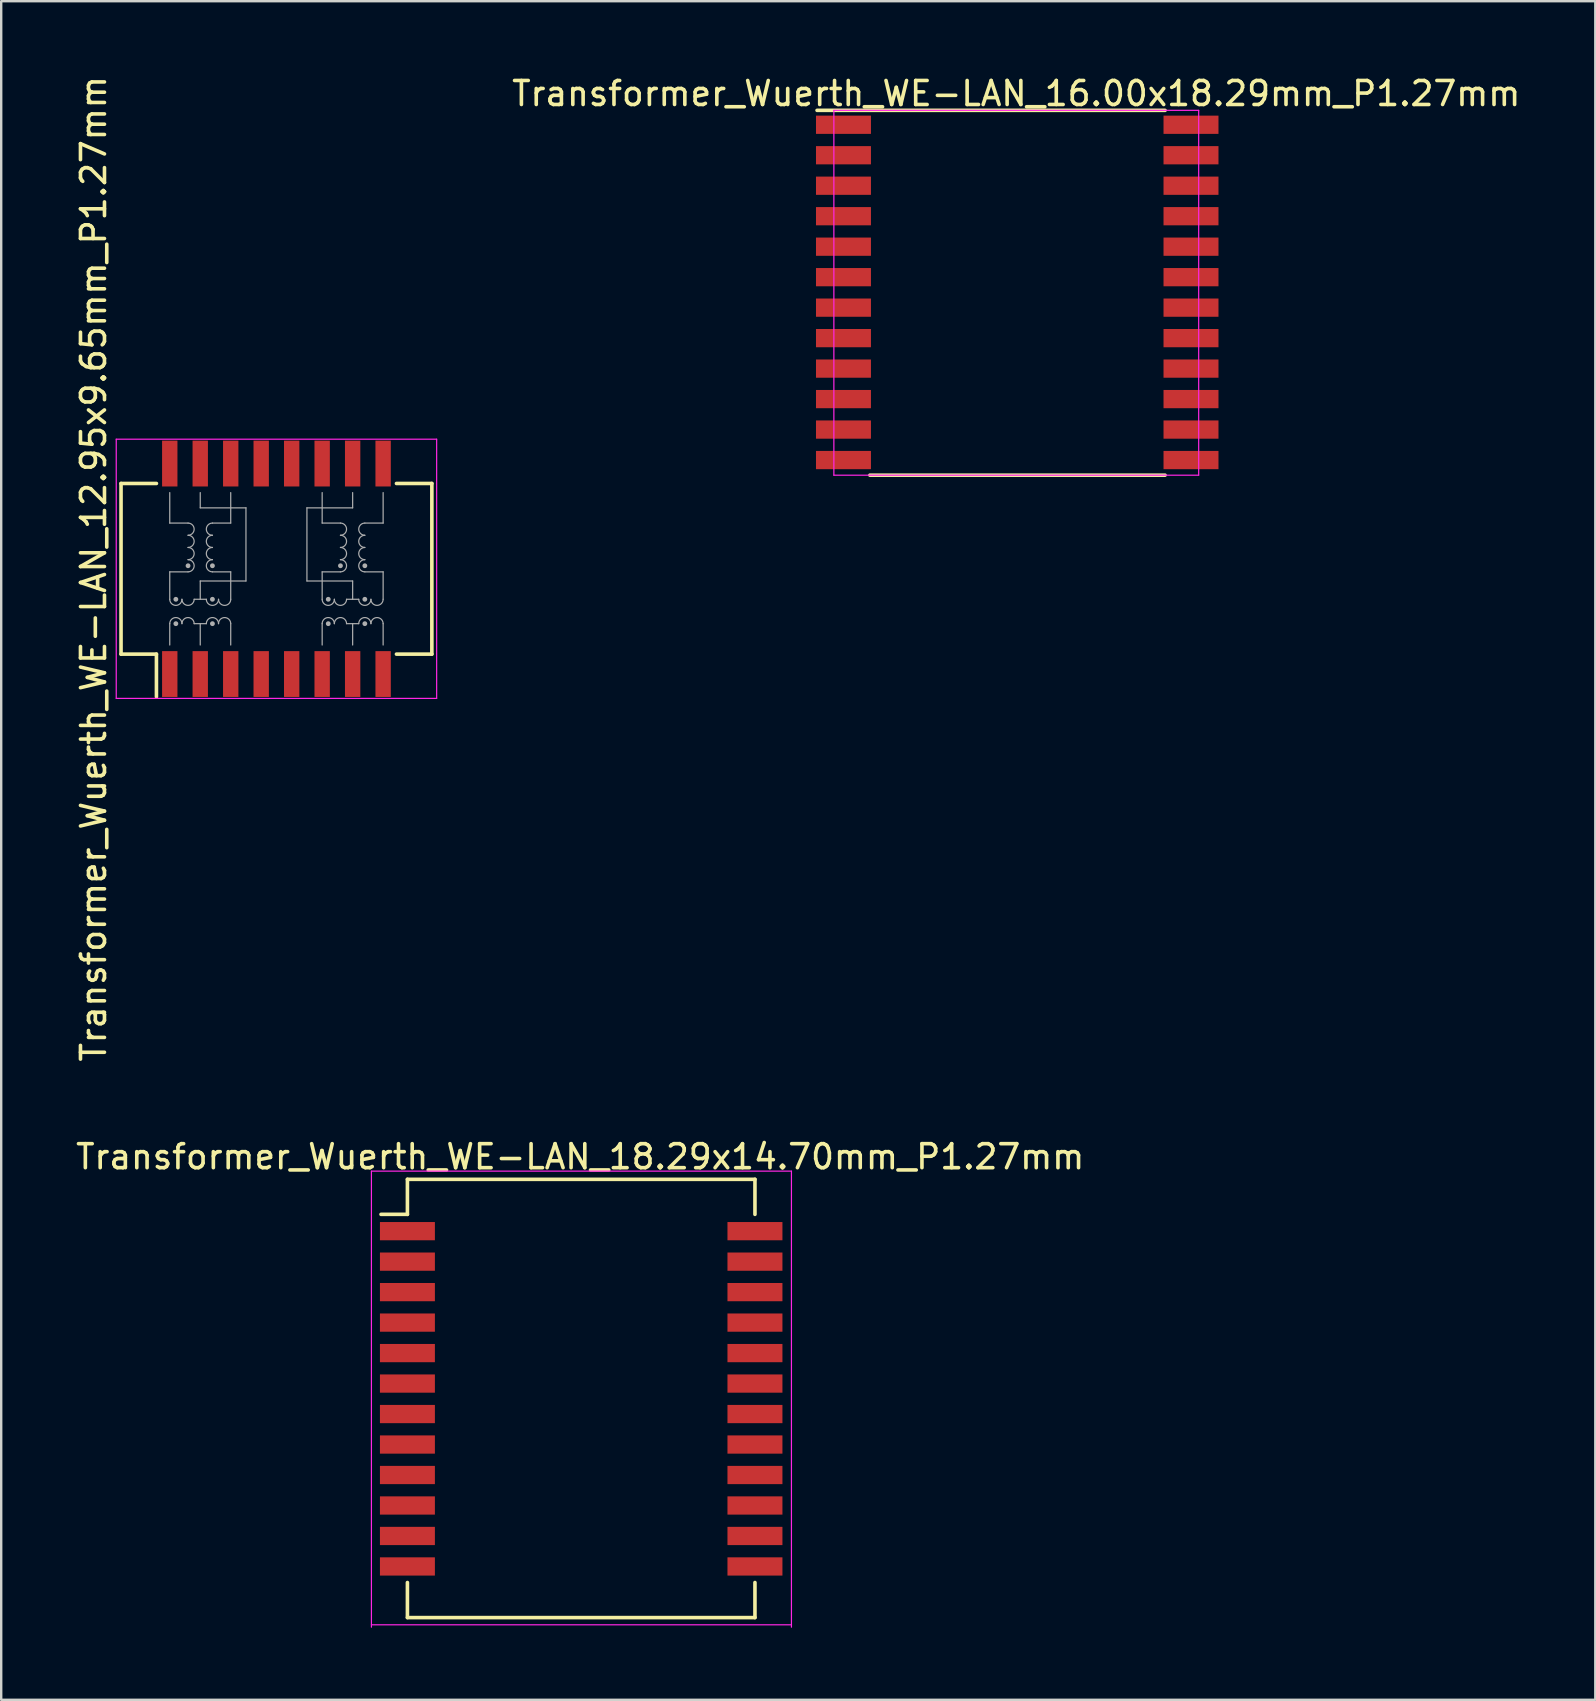
<source format=kicad_pcb>
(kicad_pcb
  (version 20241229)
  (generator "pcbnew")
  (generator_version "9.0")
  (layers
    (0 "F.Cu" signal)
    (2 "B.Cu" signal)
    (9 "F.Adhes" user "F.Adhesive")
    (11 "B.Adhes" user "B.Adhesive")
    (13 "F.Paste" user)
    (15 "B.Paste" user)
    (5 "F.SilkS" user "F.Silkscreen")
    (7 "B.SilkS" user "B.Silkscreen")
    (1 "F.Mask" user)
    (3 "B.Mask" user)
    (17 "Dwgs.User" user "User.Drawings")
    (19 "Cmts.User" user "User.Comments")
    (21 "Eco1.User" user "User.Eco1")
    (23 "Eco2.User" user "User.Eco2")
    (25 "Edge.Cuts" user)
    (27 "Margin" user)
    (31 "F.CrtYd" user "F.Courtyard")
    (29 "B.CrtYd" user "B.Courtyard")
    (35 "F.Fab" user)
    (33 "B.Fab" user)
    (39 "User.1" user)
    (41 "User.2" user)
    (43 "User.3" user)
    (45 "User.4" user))
  (footprint "Transformer_Wuerth_WE-LAN_16.00x18.29mm_P1.27mm"
    (layer "F.Cu")
    (at 32.093 2.148)
    (property "Reference" "Transformer_Wuerth_WE-LAN_16.00x18.29mm_P1.27mm" (at 7.2 -1.3 0) (layer "F.SilkS") (effects (font (size 1 1) (thickness 0.15))))
    (attr through_hole)
    (fp_line (start 13.4 -0.6) (end -1.1 -0.6) (stroke (width 0.15) (type solid)) (layer "F.SilkS"))
    (fp_line (start 13.4 14.6) (end 1.1 14.6) (stroke (width 0.15) (type solid)) (layer "F.SilkS"))
    (fp_line (start -0.4 -0.6) (end -0.4 14.6) (stroke (width 0.05) (type solid)) (layer "F.CrtYd"))
    (fp_line (start 14.8 -0.6) (end -0.4 -0.6) (stroke (width 0.05) (type solid)) (layer "F.CrtYd"))
    (fp_line (start 14.8 -0.6) (end 14.8 14.6) (stroke (width 0.05) (type solid)) (layer "F.CrtYd"))
    (fp_line (start 14.8 14.6) (end -0.4 14.6) (stroke (width 0.05) (type solid)) (layer "F.CrtYd"))
    (pad "1" smd rect (at 0 0 270) (size 0.76 2.29) (layers "F.Cu" "F.Mask" "F.Paste"))
    (pad "2" smd rect (at 0 1.27 270) (size 0.76 2.29) (layers "F.Cu" "F.Mask" "F.Paste"))
    (pad "3" smd rect (at 0 2.54 270) (size 0.76 2.29) (layers "F.Cu" "F.Mask" "F.Paste"))
    (pad "4" smd rect (at 0 3.81 270) (size 0.76 2.29) (layers "F.Cu" "F.Mask" "F.Paste"))
    (pad "5" smd rect (at 0 5.08 270) (size 0.76 2.29) (layers "F.Cu" "F.Mask" "F.Paste"))
    (pad "6" smd rect (at 0 6.35 270) (size 0.76 2.29) (layers "F.Cu" "F.Mask" "F.Paste"))
    (pad "7" smd rect (at 0 7.62 270) (size 0.76 2.29) (layers "F.Cu" "F.Mask" "F.Paste"))
    (pad "8" smd rect (at 0 8.89 270) (size 0.76 2.29) (layers "F.Cu" "F.Mask" "F.Paste"))
    (pad "9" smd rect (at 0 10.16 270) (size 0.76 2.29) (layers "F.Cu" "F.Mask" "F.Paste"))
    (pad "10" smd rect (at 0 11.43 270) (size 0.76 2.29) (layers "F.Cu" "F.Mask" "F.Paste"))
    (pad "11" smd rect (at 0 12.7 270) (size 0.76 2.29) (layers "F.Cu" "F.Mask" "F.Paste"))
    (pad "12" smd rect (at 0 13.97 270) (size 0.76 2.29) (layers "F.Cu" "F.Mask" "F.Paste"))
    (pad "13" smd rect (at 14.48 13.97 270) (size 0.76 2.29) (layers "F.Cu" "F.Mask" "F.Paste"))
    (pad "14" smd rect (at 14.48 12.7 270) (size 0.76 2.29) (layers "F.Cu" "F.Mask" "F.Paste"))
    (pad "15" smd rect (at 14.48 11.43 270) (size 0.76 2.29) (layers "F.Cu" "F.Mask" "F.Paste"))
    (pad "16" smd rect (at 14.48 10.16 270) (size 0.76 2.29) (layers "F.Cu" "F.Mask" "F.Paste"))
    (pad "17" smd rect (at 14.48 8.89 270) (size 0.76 2.29) (layers "F.Cu" "F.Mask" "F.Paste"))
    (pad "18" smd rect (at 14.48 7.62 270) (size 0.76 2.29) (layers "F.Cu" "F.Mask" "F.Paste"))
    (pad "19" smd rect (at 14.48 6.35 270) (size 0.76 2.29) (layers "F.Cu" "F.Mask" "F.Paste"))
    (pad "20" smd rect (at 14.48 5.08 270) (size 0.76 2.29) (layers "F.Cu" "F.Mask" "F.Paste"))
    (pad "21" smd rect (at 14.48 3.81 270) (size 0.76 2.29) (layers "F.Cu" "F.Mask" "F.Paste"))
    (pad "22" smd rect (at 14.48 2.54 270) (size 0.76 2.29) (layers "F.Cu" "F.Mask" "F.Paste"))
    (pad "23" smd rect (at 14.48 1.27 270) (size 0.76 2.29) (layers "F.Cu" "F.Mask" "F.Paste"))
    (pad "24" smd rect (at 14.48 0 270) (size 0.76 2.29) (layers "F.Cu" "F.Mask" "F.Paste")))
  (footprint "Transformer_Wuerth_WE-LAN_12.95x9.65mm_P1.27mm"
    (layer "F.Cu")
    (at 8.468 20.649)
    (property "Reference" "Transformer_Wuerth_WE-LAN_12.95x9.65mm_P1.27mm" (at -7.62 0 90) (layer "F.SilkS") (effects (font (size 1 1) (thickness 0.15))))
    (attr through_hole)
    (fp_line (start -6.475 -3.555) (end -6.475 3.555) (stroke (width 0.15) (type solid)) (layer "F.SilkS"))
    (fp_line (start -6.475 3.555) (end -5 3.555) (stroke (width 0.15) (type solid)) (layer "F.SilkS"))
    (fp_line (start -5 -3.555) (end -6.475 -3.555) (stroke (width 0.15) (type solid)) (layer "F.SilkS"))
    (fp_line (start -5 3.555) (end -5 5.334) (stroke (width 0.15) (type solid)) (layer "F.SilkS"))
    (fp_line (start 5 -3.555) (end 6.475 -3.555) (stroke (width 0.15) (type solid)) (layer "F.SilkS"))
    (fp_line (start 5 3.555) (end 6.475 3.555) (stroke (width 0.15) (type solid)) (layer "F.SilkS"))
    (fp_line (start 6.475 -3.555) (end 6.475 3.555) (stroke (width 0.15) (type solid)) (layer "F.SilkS"))
    (fp_line (start -6.675 -5.4) (end -6.675 5.4) (stroke (width 0.05) (type solid)) (layer "F.CrtYd"))
    (fp_line (start -6.675 -5.4) (end 6.675 -5.4) (stroke (width 0.05) (type solid)) (layer "F.CrtYd"))
    (fp_line (start -6.675 5.4) (end 6.675 5.4) (stroke (width 0.05) (type solid)) (layer "F.CrtYd"))
    (fp_line (start 6.675 -5.4) (end 6.675 5.4) (stroke (width 0.05) (type solid)) (layer "F.CrtYd"))
    (fp_line (start -4.445 -3.175) (end -4.445 -1.905) (stroke (width 0.05) (type solid)) (layer "F.Fab"))
    (fp_line (start -4.445 -1.905) (end -3.683 -1.905) (stroke (width 0.05) (type solid)) (layer "F.Fab"))
    (fp_line (start -4.445 0.127) (end -3.683 0.127) (stroke (width 0.05) (type solid)) (layer "F.Fab"))
    (fp_line (start -4.445 1.27) (end -4.445 0.127) (stroke (width 0.05) (type solid)) (layer "F.Fab"))
    (fp_line (start -4.445 2.286) (end -4.445 3.175) (stroke (width 0.05) (type solid)) (layer "F.Fab"))
    (fp_line (start -3.429 2.286) (end -2.921 2.286) (stroke (width 0.05) (type solid)) (layer "F.Fab"))
    (fp_line (start -3.175 -2.54) (end -3.175 -3.175) (stroke (width 0.05) (type solid)) (layer "F.Fab"))
    (fp_line (start -3.175 0.508) (end -1.27 0.508) (stroke (width 0.05) (type solid)) (layer "F.Fab"))
    (fp_line (start -3.175 1.27) (end -3.175 0.508) (stroke (width 0.05) (type solid)) (layer "F.Fab"))
    (fp_line (start -3.175 2.286) (end -3.175 3.175) (stroke (width 0.05) (type solid)) (layer "F.Fab"))
    (fp_line (start -2.921 1.27) (end -3.429 1.27) (stroke (width 0.05) (type solid)) (layer "F.Fab"))
    (fp_line (start -2.667 -1.905) (end -1.905 -1.905) (stroke (width 0.05) (type solid)) (layer "F.Fab"))
    (fp_line (start -1.905 -1.905) (end -1.905 -3.175) (stroke (width 0.05) (type solid)) (layer "F.Fab"))
    (fp_line (start -1.905 0.127) (end -2.667 0.127) (stroke (width 0.05) (type solid)) (layer "F.Fab"))
    (fp_line (start -1.905 1.27) (end -1.905 0.127) (stroke (width 0.05) (type solid)) (layer "F.Fab"))
    (fp_line (start -1.905 2.286) (end -1.905 3.175) (stroke (width 0.05) (type solid)) (layer "F.Fab"))
    (fp_line (start -1.27 -2.54) (end -3.175 -2.54) (stroke (width 0.05) (type solid)) (layer "F.Fab"))
    (fp_line (start -1.27 0.508) (end -1.27 -2.54) (stroke (width 0.05) (type solid)) (layer "F.Fab"))
    (fp_line (start 1.27 -2.54) (end 3.175 -2.54) (stroke (width 0.05) (type solid)) (layer "F.Fab"))
    (fp_line (start 1.27 0.508) (end 1.27 -2.54) (stroke (width 0.05) (type solid)) (layer "F.Fab"))
    (fp_line (start 1.905 -3.175) (end 1.905 -1.905) (stroke (width 0.05) (type solid)) (layer "F.Fab"))
    (fp_line (start 1.905 -1.905) (end 2.667 -1.905) (stroke (width 0.05) (type solid)) (layer "F.Fab"))
    (fp_line (start 1.905 0.127) (end 2.667 0.127) (stroke (width 0.05) (type solid)) (layer "F.Fab"))
    (fp_line (start 1.905 1.27) (end 1.905 0.127) (stroke (width 0.05) (type solid)) (layer "F.Fab"))
    (fp_line (start 1.905 2.286) (end 1.905 3.175) (stroke (width 0.05) (type solid)) (layer "F.Fab"))
    (fp_line (start 2.921 2.286) (end 3.429 2.286) (stroke (width 0.05) (type solid)) (layer "F.Fab"))
    (fp_line (start 3.175 -2.54) (end 3.175 -3.175) (stroke (width 0.05) (type solid)) (layer "F.Fab"))
    (fp_line (start 3.175 0.508) (end 1.27 0.508) (stroke (width 0.05) (type solid)) (layer "F.Fab"))
    (fp_line (start 3.175 1.27) (end 3.175 0.508) (stroke (width 0.05) (type solid)) (layer "F.Fab"))
    (fp_line (start 3.175 2.286) (end 3.175 3.175) (stroke (width 0.05) (type solid)) (layer "F.Fab"))
    (fp_line (start 3.429 1.27) (end 2.921 1.27) (stroke (width 0.05) (type solid)) (layer "F.Fab"))
    (fp_line (start 3.683 -1.905) (end 4.445 -1.905) (stroke (width 0.05) (type solid)) (layer "F.Fab"))
    (fp_line (start 4.445 -1.905) (end 4.445 -3.175) (stroke (width 0.05) (type solid)) (layer "F.Fab"))
    (fp_line (start 4.445 0.127) (end 3.683 0.127) (stroke (width 0.05) (type solid)) (layer "F.Fab"))
    (fp_line (start 4.445 1.27) (end 4.445 0.127) (stroke (width 0.05) (type solid)) (layer "F.Fab"))
    (fp_line (start 4.445 2.286) (end 4.445 3.175) (stroke (width 0.05) (type solid)) (layer "F.Fab"))
    (fp_arc (start -4.445 2.286) (mid -4.191 2.032) (end -3.937 2.286) (stroke (width 0.05) (type solid)) (layer "F.Fab"))
    (fp_arc (start -3.937 1.27) (mid -4.191 1.524) (end -4.445 1.27) (stroke (width 0.05) (type solid)) (layer "F.Fab"))
    (fp_arc (start -3.937 2.286) (mid -3.683 2.032) (end -3.429 2.286) (stroke (width 0.05) (type solid)) (layer "F.Fab"))
    (fp_arc (start -3.683 -1.905) (mid -3.429 -1.651) (end -3.683 -1.397) (stroke (width 0.05) (type solid)) (layer "F.Fab"))
    (fp_arc (start -3.683 -1.397) (mid -3.429 -1.143) (end -3.683 -0.889) (stroke (width 0.05) (type solid)) (layer "F.Fab"))
    (fp_arc (start -3.683 -0.889) (mid -3.429 -0.635) (end -3.683 -0.381) (stroke (width 0.05) (type solid)) (layer "F.Fab"))
    (fp_arc (start -3.683 -0.381) (mid -3.429 -0.127) (end -3.683 0.127) (stroke (width 0.05) (type solid)) (layer "F.Fab"))
    (fp_arc (start -3.429 1.27) (mid -3.683 1.524) (end -3.937 1.27) (stroke (width 0.05) (type solid)) (layer "F.Fab"))
    (fp_arc (start -2.921 2.286) (mid -2.667 2.032) (end -2.413 2.286) (stroke (width 0.05) (type solid)) (layer "F.Fab"))
    (fp_arc (start -2.667 -1.397) (mid -2.921 -1.651) (end -2.667 -1.905) (stroke (width 0.05) (type solid)) (layer "F.Fab"))
    (fp_arc (start -2.667 -0.889) (mid -2.921 -1.143) (end -2.667 -1.397) (stroke (width 0.05) (type solid)) (layer "F.Fab"))
    (fp_arc (start -2.667 -0.381) (mid -2.921 -0.635) (end -2.667 -0.889) (stroke (width 0.05) (type solid)) (layer "F.Fab"))
    (fp_arc (start -2.667 0.127) (mid -2.921 -0.127) (end -2.667 -0.381) (stroke (width 0.05) (type solid)) (layer "F.Fab"))
    (fp_arc (start -2.413 1.27) (mid -2.667 1.524) (end -2.921 1.27) (stroke (width 0.05) (type solid)) (layer "F.Fab"))
    (fp_arc (start -2.413 2.286) (mid -2.159 2.032) (end -1.905 2.286) (stroke (width 0.05) (type solid)) (layer "F.Fab"))
    (fp_arc (start -1.905 1.27) (mid -2.159 1.524) (end -2.413 1.27) (stroke (width 0.05) (type solid)) (layer "F.Fab"))
    (fp_arc (start 1.905 2.286) (mid 2.159 2.032) (end 2.413 2.286) (stroke (width 0.05) (type solid)) (layer "F.Fab"))
    (fp_arc (start 2.413 1.27) (mid 2.159 1.524) (end 1.905 1.27) (stroke (width 0.05) (type solid)) (layer "F.Fab"))
    (fp_arc (start 2.413 2.286) (mid 2.667 2.032) (end 2.921 2.286) (stroke (width 0.05) (type solid)) (layer "F.Fab"))
    (fp_arc (start 2.667 -1.905) (mid 2.921 -1.651) (end 2.667 -1.397) (stroke (width 0.05) (type solid)) (layer "F.Fab"))
    (fp_arc (start 2.667 -1.397) (mid 2.921 -1.143) (end 2.667 -0.889) (stroke (width 0.05) (type solid)) (layer "F.Fab"))
    (fp_arc (start 2.667 -0.889) (mid 2.921 -0.635) (end 2.667 -0.381) (stroke (width 0.05) (type solid)) (layer "F.Fab"))
    (fp_arc (start 2.667 -0.381) (mid 2.921 -0.127) (end 2.667 0.127) (stroke (width 0.05) (type solid)) (layer "F.Fab"))
    (fp_arc (start 2.921 1.27) (mid 2.667 1.524) (end 2.413 1.27) (stroke (width 0.05) (type solid)) (layer "F.Fab"))
    (fp_arc (start 3.429 2.286) (mid 3.683 2.032) (end 3.937 2.286) (stroke (width 0.05) (type solid)) (layer "F.Fab"))
    (fp_arc (start 3.683 -1.397) (mid 3.429 -1.651) (end 3.683 -1.905) (stroke (width 0.05) (type solid)) (layer "F.Fab"))
    (fp_arc (start 3.683 -0.889) (mid 3.429 -1.143) (end 3.683 -1.397) (stroke (width 0.05) (type solid)) (layer "F.Fab"))
    (fp_arc (start 3.683 -0.381) (mid 3.429 -0.635) (end 3.683 -0.889) (stroke (width 0.05) (type solid)) (layer "F.Fab"))
    (fp_arc (start 3.683 0.127) (mid 3.429 -0.127) (end 3.683 -0.381) (stroke (width 0.05) (type solid)) (layer "F.Fab"))
    (fp_arc (start 3.937 1.27) (mid 3.683 1.524) (end 3.429 1.27) (stroke (width 0.05) (type solid)) (layer "F.Fab"))
    (fp_arc (start 3.937 2.286) (mid 4.191 2.032) (end 4.445 2.286) (stroke (width 0.05) (type solid)) (layer "F.Fab"))
    (fp_arc (start 4.445 1.27) (mid 4.191 1.524) (end 3.937 1.27) (stroke (width 0.05) (type solid)) (layer "F.Fab"))
    (fp_circle (center -4.191 1.27) (end -4.14 1.27) (stroke (width 0.1) (type solid)) (fill no) (layer "F.Fab"))
    (fp_circle (center -4.191 2.286) (end -4.14 2.286) (stroke (width 0.1) (type solid)) (fill no) (layer "F.Fab"))
    (fp_circle (center -3.683 -0.127) (end -3.632 -0.127) (stroke (width 0.1) (type solid)) (fill no) (layer "F.Fab"))
    (fp_circle (center -2.667 -0.127) (end -2.616 -0.127) (stroke (width 0.1) (type solid)) (fill no) (layer "F.Fab"))
    (fp_circle (center -2.667 1.27) (end -2.616 1.27) (stroke (width 0.1) (type solid)) (fill no) (layer "F.Fab"))
    (fp_circle (center -2.667 2.286) (end -2.616 2.286) (stroke (width 0.1) (type solid)) (fill no) (layer "F.Fab"))
    (fp_circle (center 2.159 1.27) (end 2.21 1.27) (stroke (width 0.1) (type solid)) (fill no) (layer "F.Fab"))
    (fp_circle (center 2.159 2.286) (end 2.21 2.286) (stroke (width 0.1) (type solid)) (fill no) (layer "F.Fab"))
    (fp_circle (center 2.667 -0.127) (end 2.718 -0.127) (stroke (width 0.1) (type solid)) (fill no) (layer "F.Fab"))
    (fp_circle (center 3.683 -0.127) (end 3.734 -0.127) (stroke (width 0.1) (type solid)) (fill no) (layer "F.Fab"))
    (fp_circle (center 3.683 1.27) (end 3.734 1.27) (stroke (width 0.1) (type solid)) (fill no) (layer "F.Fab"))
    (fp_circle (center 3.683 2.286) (end 3.734 2.286) (stroke (width 0.1) (type solid)) (fill no) (layer "F.Fab"))
    (pad "1" smd rect (at -4.445 4.385) (size 0.64 1.91) (layers "F.Cu" "F.Mask" "F.Paste"))
    (pad "2" smd rect (at -3.175 4.385) (size 0.64 1.91) (layers "F.Cu" "F.Mask" "F.Paste"))
    (pad "3" smd rect (at -1.905 4.385) (size 0.64 1.91) (layers "F.Cu" "F.Mask" "F.Paste"))
    (pad "4" smd rect (at -0.635 4.385) (size 0.64 1.91) (layers "F.Cu" "F.Mask" "F.Paste"))
    (pad "5" smd rect (at 0.635 4.385) (size 0.64 1.91) (layers "F.Cu" "F.Mask" "F.Paste"))
    (pad "6" smd rect (at 1.905 4.385) (size 0.64 1.91) (layers "F.Cu" "F.Mask" "F.Paste"))
    (pad "7" smd rect (at 3.175 4.385) (size 0.64 1.91) (layers "F.Cu" "F.Mask" "F.Paste"))
    (pad "8" smd rect (at 4.445 4.385) (size 0.64 1.91) (layers "F.Cu" "F.Mask" "F.Paste"))
    (pad "9" smd rect (at 4.445 -4.385) (size 0.64 1.91) (layers "F.Cu" "F.Mask" "F.Paste"))
    (pad "10" smd rect (at 3.175 -4.385) (size 0.64 1.91) (layers "F.Cu" "F.Mask" "F.Paste"))
    (pad "11" smd rect (at 1.905 -4.385) (size 0.64 1.91) (layers "F.Cu" "F.Mask" "F.Paste"))
    (pad "12" smd rect (at 0.635 -4.385) (size 0.64 1.91) (layers "F.Cu" "F.Mask" "F.Paste"))
    (pad "13" smd rect (at -0.635 -4.385) (size 0.64 1.91) (layers "F.Cu" "F.Mask" "F.Paste"))
    (pad "14" smd rect (at -1.905 -4.385) (size 0.64 1.91) (layers "F.Cu" "F.Mask" "F.Paste"))
    (pad "15" smd rect (at -3.175 -4.385) (size 0.64 1.91) (layers "F.Cu" "F.Mask" "F.Paste"))
    (pad "16" smd rect (at -4.445 -4.385) (size 0.64 1.91) (layers "F.Cu" "F.Mask" "F.Paste")))
  (footprint "Transformer_Wuerth_WE-LAN_18.29x14.70mm_P1.27mm"
    (layer "F.Cu")
    (at 13.925 48.246)
    (property "Reference" "Transformer_Wuerth_WE-LAN_18.29x14.70mm_P1.27mm" (at 7.2 -3.1 0) (layer "F.SilkS") (effects (font (size 1 1) (thickness 0.15))))
    (attr through_hole)
    (fp_line (start 0 -0.7) (end -1.1 -0.7) (stroke (width 0.15) (type solid)) (layer "F.SilkS"))
    (fp_line (start 0 -0.7) (end 0 -2.16) (stroke (width 0.15) (type solid)) (layer "F.SilkS"))
    (fp_line (start 0 16.1) (end 0 14.64) (stroke (width 0.15) (type solid)) (layer "F.SilkS"))
    (fp_line (start 14.48 -2.16) (end 0 -2.16) (stroke (width 0.15) (type solid)) (layer "F.SilkS"))
    (fp_line (start 14.48 -0.7) (end 14.48 -2.16) (stroke (width 0.15) (type solid)) (layer "F.SilkS"))
    (fp_line (start 14.48 16.1) (end 0 16.1) (stroke (width 0.15) (type solid)) (layer "F.SilkS"))
    (fp_line (start 14.48 16.1) (end 14.48 14.64) (stroke (width 0.15) (type solid)) (layer "F.SilkS"))
    (fp_line (start -1.5 -2.5) (end -1.5 16.5) (stroke (width 0.05) (type solid)) (layer "F.CrtYd"))
    (fp_line (start 16 -2.5) (end -1.5 -2.5) (stroke (width 0.05) (type solid)) (layer "F.CrtYd"))
    (fp_line (start 16 -2.5) (end 16 16.5) (stroke (width 0.05) (type solid)) (layer "F.CrtYd"))
    (fp_line (start 16 16.4) (end -1.5 16.4) (stroke (width 0.05) (type solid)) (layer "F.CrtYd"))
    (pad "1" smd rect (at 0 0 270) (size 0.76 2.29) (layers "F.Cu" "F.Mask" "F.Paste"))
    (pad "2" smd rect (at 0 1.27 270) (size 0.76 2.29) (layers "F.Cu" "F.Mask" "F.Paste"))
    (pad "3" smd rect (at 0 2.54 270) (size 0.76 2.29) (layers "F.Cu" "F.Mask" "F.Paste"))
    (pad "4" smd rect (at 0 3.81 270) (size 0.76 2.29) (layers "F.Cu" "F.Mask" "F.Paste"))
    (pad "5" smd rect (at 0 5.08 270) (size 0.76 2.29) (layers "F.Cu" "F.Mask" "F.Paste"))
    (pad "6" smd rect (at 0 6.35 270) (size 0.76 2.29) (layers "F.Cu" "F.Mask" "F.Paste"))
    (pad "7" smd rect (at 0 7.62 270) (size 0.76 2.29) (layers "F.Cu" "F.Mask" "F.Paste"))
    (pad "8" smd rect (at 0 8.89 270) (size 0.76 2.29) (layers "F.Cu" "F.Mask" "F.Paste"))
    (pad "9" smd rect (at 0 10.16 270) (size 0.76 2.29) (layers "F.Cu" "F.Mask" "F.Paste"))
    (pad "10" smd rect (at 0 11.43 270) (size 0.76 2.29) (layers "F.Cu" "F.Mask" "F.Paste"))
    (pad "11" smd rect (at 0 12.7 270) (size 0.76 2.29) (layers "F.Cu" "F.Mask" "F.Paste"))
    (pad "12" smd rect (at 0 13.97 270) (size 0.76 2.29) (layers "F.Cu" "F.Mask" "F.Paste"))
    (pad "13" smd rect (at 14.48 13.97 270) (size 0.76 2.29) (layers "F.Cu" "F.Mask" "F.Paste"))
    (pad "14" smd rect (at 14.48 12.7 270) (size 0.76 2.29) (layers "F.Cu" "F.Mask" "F.Paste"))
    (pad "15" smd rect (at 14.48 11.43 270) (size 0.76 2.29) (layers "F.Cu" "F.Mask" "F.Paste"))
    (pad "16" smd rect (at 14.48 10.16 270) (size 0.76 2.29) (layers "F.Cu" "F.Mask" "F.Paste"))
    (pad "17" smd rect (at 14.48 8.89 270) (size 0.76 2.29) (layers "F.Cu" "F.Mask" "F.Paste"))
    (pad "18" smd rect (at 14.48 7.62 270) (size 0.76 2.29) (layers "F.Cu" "F.Mask" "F.Paste"))
    (pad "19" smd rect (at 14.48 6.35 270) (size 0.76 2.29) (layers "F.Cu" "F.Mask" "F.Paste"))
    (pad "20" smd rect (at 14.48 5.08 270) (size 0.76 2.29) (layers "F.Cu" "F.Mask" "F.Paste"))
    (pad "21" smd rect (at 14.48 3.81 270) (size 0.76 2.29) (layers "F.Cu" "F.Mask" "F.Paste"))
    (pad "22" smd rect (at 14.48 2.54 270) (size 0.76 2.29) (layers "F.Cu" "F.Mask" "F.Paste"))
    (pad "23" smd rect (at 14.48 1.27 270) (size 0.76 2.29) (layers "F.Cu" "F.Mask" "F.Paste"))
    (pad "24" smd rect (at 14.48 0 270) (size 0.76 2.29) (layers "F.Cu" "F.Mask" "F.Paste")))
  (gr_rect
    (start -3 -3)
    (end 63.418 67.771)
    (stroke (width 0.1) (type default))
    (fill no)
    (layer "Edge.Cuts")))
</source>
